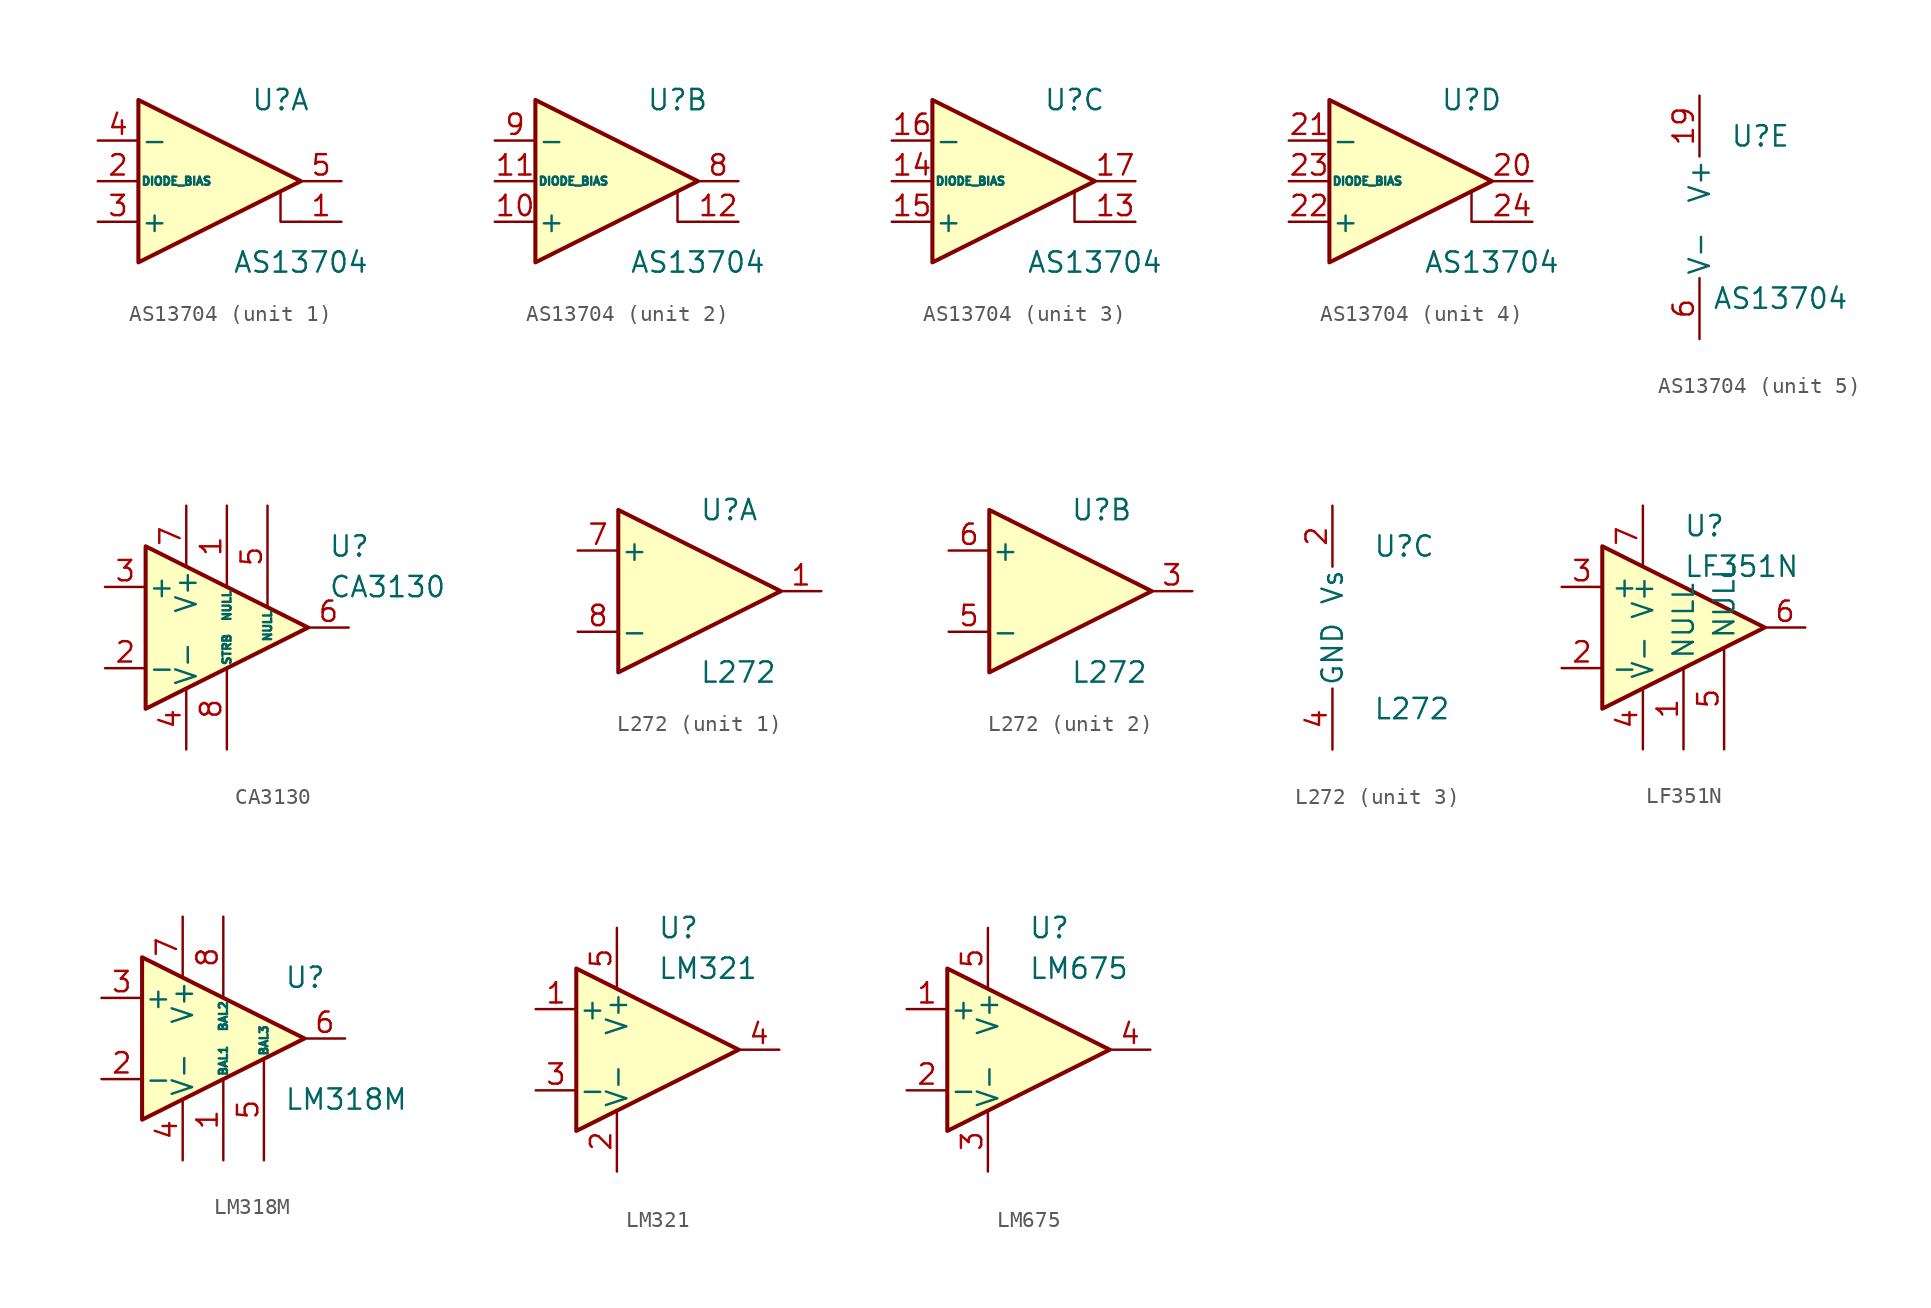
<source format=kicad_sym>
(kicad_symbol_lib
  (version 20211014)
  (generator kicad_symbol_editor)
  (symbol "AS13704"
    (pin_names
      (offset 0.127))
    (property "Reference" "U"
      (at 3.81 5.08 0)
      (effects (font (size 1.27 1.27))))
    (property "Value" "AS13704"
      (at 5.08 -5.08 0)
      (effects (font (size 1.27 1.27))))
    (property "ki_locked" ""
      (at 0 0 0)
      (effects (font (size 1.27 1.27))))
    (symbol "AS13704_1_1"
      (polyline (pts (xy 3.81 -0.635) (xy 3.81 -2.54) (xy 5.08 -2.54)) (stroke (width 0) (type default) (color 0 0 0 0)) (fill (type none)))
      (polyline (pts (xy 5.08 0) (xy -5.08 -5.08) (xy -5.08 5.08) (xy 5.08 0)) (stroke (width 0.254) (type default) (color 0 0 0 0)) (fill (type background)))
      (pin input line (at 7.62 -2.54 180) (length 2.54) (name "~" (effects (font (size 1.27 1.27)))) (number "1" (effects (font (size 1.27 1.27)))))
      (pin no_connect line (at 0 -2.54 180) (length 2.54) hide (name "NC" (effects (font (size 1.27 1.27)))) (number "18" (effects (font (size 1.27 1.27)))))
      (pin input line (at -7.62 0 0) (length 2.54) (name "DIODE_BIAS" (effects (font (size 0.508 0.508)))) (number "2" (effects (font (size 1.27 1.27)))))
      (pin input line (at -7.62 -2.54 0) (length 2.54) (name "+" (effects (font (size 1.27 1.27)))) (number "3" (effects (font (size 1.27 1.27)))))
      (pin input line (at -7.62 2.54 0) (length 2.54) (name "-" (effects (font (size 1.27 1.27)))) (number "4" (effects (font (size 1.27 1.27)))))
      (pin output line (at 7.62 0 180) (length 2.54) (name "~" (effects (font (size 1.27 1.27)))) (number "5" (effects (font (size 1.27 1.27)))))
      (pin no_connect line (at 0 2.54 180) (length 2.54) hide (name "NC" (effects (font (size 1.27 1.27)))) (number "7" (effects (font (size 1.27 1.27))))))
    (symbol "AS13704_2_1"
      (polyline (pts (xy 3.81 -0.635) (xy 3.81 -2.54) (xy 5.08 -2.54)) (stroke (width 0) (type default) (color 0 0 0 0)) (fill (type none)))
      (polyline (pts (xy 5.08 0) (xy -5.08 -5.08) (xy -5.08 5.08) (xy 5.08 0)) (stroke (width 0.254) (type default) (color 0 0 0 0)) (fill (type background)))
      (pin input line (at -7.62 -2.54 0) (length 2.54) (name "+" (effects (font (size 1.27 1.27)))) (number "10" (effects (font (size 1.27 1.27)))))
      (pin input line (at -7.62 0 0) (length 2.54) (name "DIODE_BIAS" (effects (font (size 0.508 0.508)))) (number "11" (effects (font (size 1.27 1.27)))))
      (pin input line (at 7.62 -2.54 180) (length 2.54) (name "~" (effects (font (size 1.27 1.27)))) (number "12" (effects (font (size 1.27 1.27)))))
      (pin output line (at 7.62 0 180) (length 2.54) (name "~" (effects (font (size 1.27 1.27)))) (number "8" (effects (font (size 1.27 1.27)))))
      (pin input line (at -7.62 2.54 0) (length 2.54) (name "-" (effects (font (size 1.27 1.27)))) (number "9" (effects (font (size 1.27 1.27))))))
    (symbol "AS13704_3_1"
      (polyline (pts (xy 3.81 -0.635) (xy 3.81 -2.54) (xy 5.08 -2.54)) (stroke (width 0) (type default) (color 0 0 0 0)) (fill (type none)))
      (polyline (pts (xy 5.08 0) (xy -5.08 -5.08) (xy -5.08 5.08) (xy 5.08 0)) (stroke (width 0.254) (type default) (color 0 0 0 0)) (fill (type background)))
      (pin input line (at 7.62 -2.54 180) (length 2.54) (name "~" (effects (font (size 1.27 1.27)))) (number "13" (effects (font (size 1.27 1.27)))))
      (pin input line (at -7.62 0 0) (length 2.54) (name "DIODE_BIAS" (effects (font (size 0.508 0.508)))) (number "14" (effects (font (size 1.27 1.27)))))
      (pin input line (at -7.62 -2.54 0) (length 2.54) (name "+" (effects (font (size 1.27 1.27)))) (number "15" (effects (font (size 1.27 1.27)))))
      (pin input line (at -7.62 2.54 0) (length 2.54) (name "-" (effects (font (size 1.27 1.27)))) (number "16" (effects (font (size 1.27 1.27)))))
      (pin output line (at 7.62 0 180) (length 2.54) (name "~" (effects (font (size 1.27 1.27)))) (number "17" (effects (font (size 1.27 1.27))))))
    (symbol "AS13704_4_1"
      (polyline (pts (xy 3.81 -0.635) (xy 3.81 -2.54) (xy 5.08 -2.54)) (stroke (width 0) (type default) (color 0 0 0 0)) (fill (type none)))
      (polyline (pts (xy 5.08 0) (xy -5.08 -5.08) (xy -5.08 5.08) (xy 5.08 0)) (stroke (width 0.254) (type default) (color 0 0 0 0)) (fill (type background)))
      (pin output line (at 7.62 0 180) (length 2.54) (name "~" (effects (font (size 1.27 1.27)))) (number "20" (effects (font (size 1.27 1.27)))))
      (pin input line (at -7.62 2.54 0) (length 2.54) (name "-" (effects (font (size 1.27 1.27)))) (number "21" (effects (font (size 1.27 1.27)))))
      (pin input line (at -7.62 -2.54 0) (length 2.54) (name "+" (effects (font (size 1.27 1.27)))) (number "22" (effects (font (size 1.27 1.27)))))
      (pin input line (at -7.62 0 0) (length 2.54) (name "DIODE_BIAS" (effects (font (size 0.508 0.508)))) (number "23" (effects (font (size 1.27 1.27)))))
      (pin input line (at 7.62 -2.54 180) (length 2.54) (name "~" (effects (font (size 1.27 1.27)))) (number "24" (effects (font (size 1.27 1.27))))))
    (symbol "AS13704_5_1"
      (pin power_in line (at 0 7.62 270) (length 3.81) (name "V+" (effects (font (size 1.27 1.27)))) (number "19" (effects (font (size 1.27 1.27)))))
      (pin power_in line (at 0 -7.62 90) (length 3.81) (name "V-" (effects (font (size 1.27 1.27)))) (number "6" (effects (font (size 1.27 1.27)))))))
  (symbol "CA3130"
    (pin_names
      (offset 0.127))
    (property "Reference" "U"
      (at 6.35 5.08 0)
      (effects (font (size 1.27 1.27)) (justify left)))
    (property "Value" "CA3130"
      (at 6.35 2.54 0)
      (effects (font (size 1.27 1.27)) (justify left)))
    (symbol "CA3130_0_1"
      (polyline (pts (xy -5.08 5.08) (xy 5.08 0) (xy -5.08 -5.08) (xy -5.08 5.08)) (stroke (width 0.254) (type default) (color 0 0 0 0)) (fill (type background))))
    (symbol "CA3130_1_1"
      (pin passive line (at 0 7.62 270) (length 5.08) (name "NULL" (effects (font (size 0.508 0.508)))) (number "1" (effects (font (size 1.27 1.27)))))
      (pin input line (at -7.62 -2.54 0) (length 2.54) (name "-" (effects (font (size 1.27 1.27)))) (number "2" (effects (font (size 1.27 1.27)))))
      (pin input line (at -7.62 2.54 0) (length 2.54) (name "+" (effects (font (size 1.27 1.27)))) (number "3" (effects (font (size 1.27 1.27)))))
      (pin power_in line (at -2.54 -7.62 90) (length 3.81) (name "V-" (effects (font (size 1.27 1.27)))) (number "4" (effects (font (size 1.27 1.27)))))
      (pin passive line (at 2.54 7.62 270) (length 6.35) (name "NULL" (effects (font (size 0.508 0.508)))) (number "5" (effects (font (size 1.27 1.27)))))
      (pin output line (at 7.62 0 180) (length 2.54) (name "~" (effects (font (size 1.27 1.27)))) (number "6" (effects (font (size 1.27 1.27)))))
      (pin power_in line (at -2.54 7.62 270) (length 3.81) (name "V+" (effects (font (size 1.27 1.27)))) (number "7" (effects (font (size 1.27 1.27)))))
      (pin passive line (at 0 -7.62 90) (length 5.08) (name "STRB" (effects (font (size 0.508 0.508)))) (number "8" (effects (font (size 1.27 1.27)))))))
  (symbol "L272"
    (pin_names
      (offset 0.127))
    (property "Reference" "U"
      (at 0 5.08 0)
      (effects (font (size 1.27 1.27)) (justify left)))
    (property "Value" "L272"
      (at 0 -5.08 0)
      (effects (font (size 1.27 1.27)) (justify left)))
    (property "ki_locked" ""
      (at 0 0 0)
      (effects (font (size 1.27 1.27))))
    (symbol "L272_1_1"
      (polyline (pts (xy -5.08 5.08) (xy 5.08 0) (xy -5.08 -5.08) (xy -5.08 5.08)) (stroke (width 0.254) (type default) (color 0 0 0 0)) (fill (type background)))
      (pin output line (at 7.62 0 180) (length 2.54) (name "~" (effects (font (size 1.27 1.27)))) (number "1" (effects (font (size 1.27 1.27)))))
      (pin input line (at -7.62 2.54 0) (length 2.54) (name "+" (effects (font (size 1.27 1.27)))) (number "7" (effects (font (size 1.27 1.27)))))
      (pin input line (at -7.62 -2.54 0) (length 2.54) (name "-" (effects (font (size 1.27 1.27)))) (number "8" (effects (font (size 1.27 1.27))))))
    (symbol "L272_2_1"
      (polyline (pts (xy -5.08 5.08) (xy 5.08 0) (xy -5.08 -5.08) (xy -5.08 5.08)) (stroke (width 0.254) (type default) (color 0 0 0 0)) (fill (type background)))
      (pin output line (at 7.62 0 180) (length 2.54) (name "~" (effects (font (size 1.27 1.27)))) (number "3" (effects (font (size 1.27 1.27)))))
      (pin input line (at -7.62 -2.54 0) (length 2.54) (name "-" (effects (font (size 1.27 1.27)))) (number "5" (effects (font (size 1.27 1.27)))))
      (pin input line (at -7.62 2.54 0) (length 2.54) (name "+" (effects (font (size 1.27 1.27)))) (number "6" (effects (font (size 1.27 1.27))))))
    (symbol "L272_3_1"
      (pin passive line (at -2.54 -7.62 90) (length 3.81) hide (name "GND" (effects (font (size 1.27 1.27)))) (number "10" (effects (font (size 1.27 1.27)))))
      (pin passive line (at -2.54 -7.62 90) (length 3.81) hide (name "GND" (effects (font (size 1.27 1.27)))) (number "11" (effects (font (size 1.27 1.27)))))
      (pin passive line (at -2.54 -7.62 90) (length 3.81) hide (name "GND" (effects (font (size 1.27 1.27)))) (number "12" (effects (font (size 1.27 1.27)))))
      (pin passive line (at -2.54 -7.62 90) (length 3.81) hide (name "GND" (effects (font (size 1.27 1.27)))) (number "13" (effects (font (size 1.27 1.27)))))
      (pin passive line (at -2.54 -7.62 90) (length 3.81) hide (name "GND" (effects (font (size 1.27 1.27)))) (number "14" (effects (font (size 1.27 1.27)))))
      (pin passive line (at -2.54 -7.62 90) (length 3.81) hide (name "GND" (effects (font (size 1.27 1.27)))) (number "15" (effects (font (size 1.27 1.27)))))
      (pin passive line (at -2.54 -7.62 90) (length 3.81) hide (name "GND" (effects (font (size 1.27 1.27)))) (number "16" (effects (font (size 1.27 1.27)))))
      (pin power_in line (at -2.54 7.62 270) (length 3.81) (name "Vs" (effects (font (size 1.27 1.27)))) (number "2" (effects (font (size 1.27 1.27)))))
      (pin power_in line (at -2.54 -7.62 90) (length 3.81) (name "GND" (effects (font (size 1.27 1.27)))) (number "4" (effects (font (size 1.27 1.27)))))
      (pin passive line (at -2.54 -7.62 90) (length 3.81) hide (name "GND" (effects (font (size 1.27 1.27)))) (number "9" (effects (font (size 1.27 1.27)))))))
  (symbol "LF351N"
    (property "Reference" "U"
      (at 0 6.35 0)
      (effects (font (size 1.27 1.27)) (justify left)))
    (property "Value" "LF351N"
      (at 0 3.81 0)
      (effects (font (size 1.27 1.27)) (justify left)))
    (symbol "LF351N_0_1"
      (polyline (pts (xy -5.08 5.08) (xy 5.08 0) (xy -5.08 -5.08) (xy -5.08 5.08)) (stroke (width 0.254) (type default) (color 0 0 0 0)) (fill (type background))))
    (symbol "LF351N_1_1"
      (pin input line (at 0 -7.62 90) (length 5.08) (name "NULL" (effects (font (size 1.27 1.27)))) (number "1" (effects (font (size 1.27 1.27)))))
      (pin input line (at -7.62 -2.54 0) (length 2.54) (name "-" (effects (font (size 1.27 1.27)))) (number "2" (effects (font (size 1.27 1.27)))))
      (pin input line (at -7.62 2.54 0) (length 2.54) (name "+" (effects (font (size 1.27 1.27)))) (number "3" (effects (font (size 1.27 1.27)))))
      (pin power_in line (at -2.54 -7.62 90) (length 3.81) (name "V-" (effects (font (size 1.27 1.27)))) (number "4" (effects (font (size 1.27 1.27)))))
      (pin input line (at 2.54 -7.62 90) (length 6.35) (name "NULL" (effects (font (size 1.27 1.27)))) (number "5" (effects (font (size 1.27 1.27)))))
      (pin output line (at 7.62 0 180) (length 2.54) (name "~" (effects (font (size 1.27 1.27)))) (number "6" (effects (font (size 1.27 1.27)))))
      (pin power_in line (at -2.54 7.62 270) (length 3.81) (name "V+" (effects (font (size 1.27 1.27)))) (number "7" (effects (font (size 1.27 1.27)))))
      (pin no_connect line (at 0 2.54 270) (length 2.54) hide (name "NC" (effects (font (size 1.27 1.27)))) (number "8" (effects (font (size 1.27 1.27)))))))
  (symbol "LM318M"
    (pin_names
      (offset 0.127))
    (property "Reference" "U"
      (at 3.81 3.81 0)
      (effects (font (size 1.27 1.27)) (justify left)))
    (property "Value" "LM318M"
      (at 3.81 -3.81 0)
      (effects (font (size 1.27 1.27)) (justify left)))
    (symbol "LM318M_0_1"
      (polyline (pts (xy 5.08 0) (xy -5.08 5.08) (xy -5.08 -5.08) (xy 5.08 0)) (stroke (width 0.254) (type default) (color 0 0 0 0)) (fill (type background))))
    (symbol "LM318M_1_1"
      (pin passive line (at 0 -7.62 90) (length 5.08) (name "BAL1" (effects (font (size 0.508 0.508)))) (number "1" (effects (font (size 1.27 1.27)))))
      (pin input line (at -7.62 -2.54 0) (length 2.54) (name "-" (effects (font (size 1.27 1.27)))) (number "2" (effects (font (size 1.27 1.27)))))
      (pin input line (at -7.62 2.54 0) (length 2.54) (name "+" (effects (font (size 1.27 1.27)))) (number "3" (effects (font (size 1.27 1.27)))))
      (pin power_in line (at -2.54 -7.62 90) (length 3.81) (name "V-" (effects (font (size 1.27 1.27)))) (number "4" (effects (font (size 1.27 1.27)))))
      (pin passive line (at 2.54 -7.62 90) (length 6.35) (name "BAL3" (effects (font (size 0.508 0.508)))) (number "5" (effects (font (size 1.27 1.27)))))
      (pin output line (at 7.62 0 180) (length 2.54) (name "~" (effects (font (size 1.27 1.27)))) (number "6" (effects (font (size 1.27 1.27)))))
      (pin power_in line (at -2.54 7.62 270) (length 3.81) (name "V+" (effects (font (size 1.27 1.27)))) (number "7" (effects (font (size 1.27 1.27)))))
      (pin passive line (at 0 7.62 270) (length 5.08) (name "BAL2" (effects (font (size 0.508 0.508)))) (number "8" (effects (font (size 1.27 1.27)))))))
  (symbol "LM321"
    (pin_names
      (offset 0.127))
    (property "Reference" "U"
      (at 0 7.62 0)
      (effects (font (size 1.27 1.27)) (justify left)))
    (property "Value" "LM321"
      (at 0 5.08 0)
      (effects (font (size 1.27 1.27)) (justify left)))
    (symbol "LM321_0_1"
      (polyline (pts (xy -5.08 5.08) (xy 5.08 0) (xy -5.08 -5.08) (xy -5.08 5.08)) (stroke (width 0.254) (type default) (color 0 0 0 0)) (fill (type background))))
    (symbol "LM321_1_1"
      (pin input line (at -7.62 2.54 0) (length 2.54) (name "+" (effects (font (size 1.27 1.27)))) (number "1" (effects (font (size 1.27 1.27)))))
      (pin power_in line (at -2.54 -7.62 90) (length 3.81) (name "V-" (effects (font (size 1.27 1.27)))) (number "2" (effects (font (size 1.27 1.27)))))
      (pin input line (at -7.62 -2.54 0) (length 2.54) (name "-" (effects (font (size 1.27 1.27)))) (number "3" (effects (font (size 1.27 1.27)))))
      (pin output line (at 7.62 0 180) (length 2.54) (name "~" (effects (font (size 1.27 1.27)))) (number "4" (effects (font (size 1.27 1.27)))))
      (pin power_in line (at -2.54 7.62 270) (length 3.81) (name "V+" (effects (font (size 1.27 1.27)))) (number "5" (effects (font (size 1.27 1.27)))))))
  (symbol "LM675"
    (pin_names
      (offset 0.127))
    (property "Reference" "U"
      (at 0 7.62 0)
      (effects (font (size 1.27 1.27)) (justify left)))
    (property "Value" "LM675"
      (at 0 5.08 0)
      (effects (font (size 1.27 1.27)) (justify left)))
    (symbol "LM675_0_1"
      (polyline (pts (xy -5.08 5.08) (xy 5.08 0) (xy -5.08 -5.08) (xy -5.08 5.08)) (stroke (width 0.254) (type default) (color 0 0 0 0)) (fill (type background))))
    (symbol "LM675_1_1"
      (pin input line (at -7.62 2.54 0) (length 2.54) (name "+" (effects (font (size 1.27 1.27)))) (number "1" (effects (font (size 1.27 1.27)))))
      (pin input line (at -7.62 -2.54 0) (length 2.54) (name "-" (effects (font (size 1.27 1.27)))) (number "2" (effects (font (size 1.27 1.27)))))
      (pin power_in line (at -2.54 -7.62 90) (length 3.81) (name "V-" (effects (font (size 1.27 1.27)))) (number "3" (effects (font (size 1.27 1.27)))))
      (pin output line (at 7.62 0 180) (length 2.54) (name "~" (effects (font (size 1.27 1.27)))) (number "4" (effects (font (size 1.27 1.27)))))
      (pin power_in line (at -2.54 7.62 270) (length 3.81) (name "V+" (effects (font (size 1.27 1.27)))) (number "5" (effects (font (size 1.27 1.27))))))))
</source>
